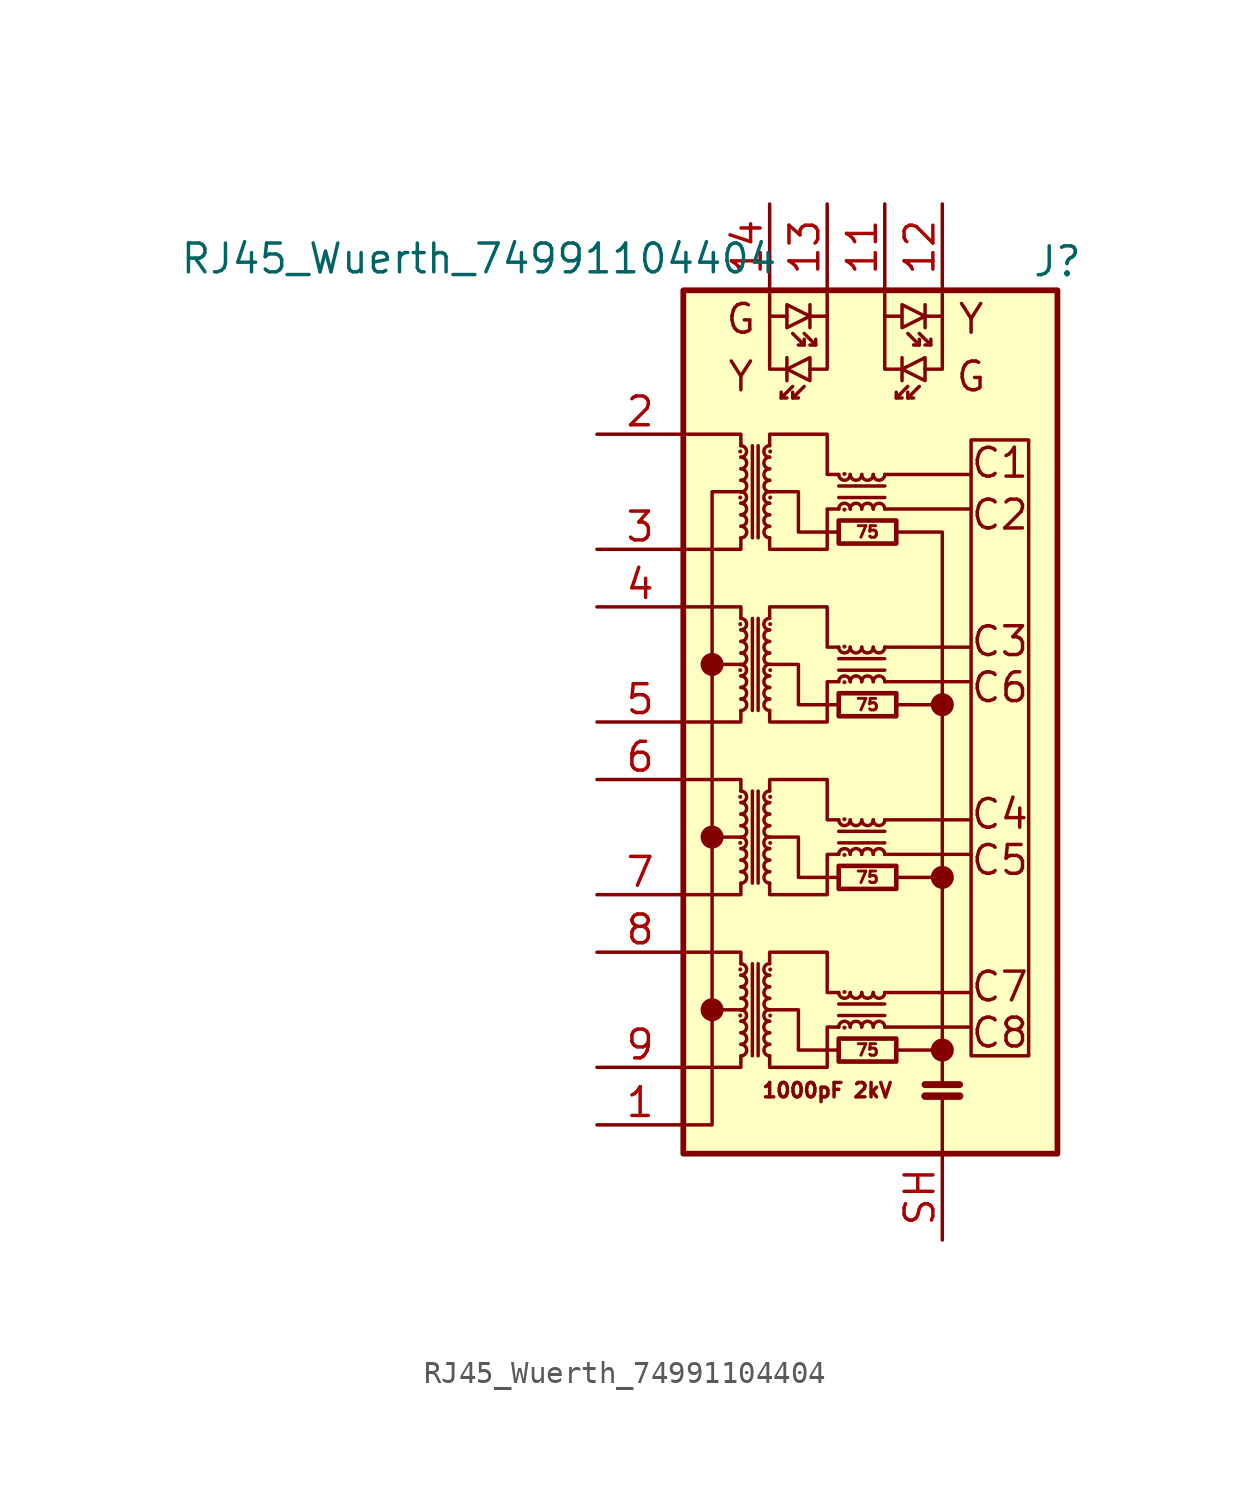
<source format=kicad_sym>
(kicad_symbol_lib
  (version 20231120)
  (generator "kicad_symbol_editor")
  (generator_version "8.0")
  (symbol "RJ45_Wuerth_74991104404"
    (pin_names hide)
    (property "Reference" "J"
      (at 8.89 19.05 0)
      (effects (font (size 1.27 1.27))))
    (property "Value" "RJ45_Wuerth_74991104404"
      (at -16.637 19.177 0)
      (effects (font (size 1.27 1.27))))
    (symbol "RJ45_Wuerth_74991104404_0_0"
      (circle (center -6.35 -13.97) (radius 0.0001) (stroke (width 0.508) (type default)) (fill (type none)))
      (circle (center -6.35 -6.35) (radius 0.0001) (stroke (width 0.508) (type default)) (fill (type none)))
      (circle (center -6.35 1.27) (radius 0.0001) (stroke (width 0.508) (type default)) (fill (type none)))
      (polyline (pts (xy -6.35 -13.97) (xy -5.08 -13.97)) (stroke (width 0) (type default)) (fill (type none)))
      (polyline (pts (xy -6.35 -6.35) (xy -5.08 -6.35)) (stroke (width 0) (type default)) (fill (type none)))
      (polyline (pts (xy -5.08 1.27) (xy -6.35 1.27)) (stroke (width 0) (type default)) (fill (type none)))
      (polyline (pts (xy 1.27 -14.732) (xy 5.08 -14.732)) (stroke (width 0) (type default)) (fill (type none)))
      (polyline (pts (xy 1.27 -13.208) (xy 5.08 -13.208)) (stroke (width 0) (type default)) (fill (type none)))
      (polyline (pts (xy 1.27 -7.112) (xy 5.08 -7.112)) (stroke (width 0) (type default)) (fill (type none)))
      (polyline (pts (xy 1.27 -5.588) (xy 5.08 -5.588)) (stroke (width 0) (type default)) (fill (type none)))
      (polyline (pts (xy 1.27 0.508) (xy 5.08 0.508)) (stroke (width 0) (type default)) (fill (type none)))
      (polyline (pts (xy 1.27 2.032) (xy 5.08 2.032)) (stroke (width 0) (type default)) (fill (type none)))
      (polyline (pts (xy 1.27 8.128) (xy 5.08 8.128)) (stroke (width 0) (type default)) (fill (type none)))
      (polyline (pts (xy 1.27 9.652) (xy 5.08 9.652)) (stroke (width 0) (type default)) (fill (type none)))
      (polyline (pts (xy 1.778 -15.748) (xy 3.81 -15.748)) (stroke (width 0) (type default)) (fill (type none)))
      (polyline (pts (xy -0.762 -15.748) (xy -2.54 -15.748) (xy -2.54 -13.97) (xy -3.81 -13.97)) (stroke (width 0) (type default)) (fill (type none)))
      (polyline (pts (xy -0.762 -8.128) (xy -2.54 -8.128) (xy -2.54 -6.35) (xy -3.81 -6.35)) (stroke (width 0) (type default)) (fill (type none)))
      (polyline (pts (xy -0.762 -0.508) (xy -2.54 -0.508) (xy -2.54 1.27) (xy -3.81 1.27)) (stroke (width 0) (type default)) (fill (type none)))
      (polyline (pts (xy -0.762 7.112) (xy -2.54 7.112) (xy -2.54 8.89) (xy -3.81 8.89)) (stroke (width 0) (type default)) (fill (type none)))
      (circle (center 3.81 -15.748) (radius 0.0001) (stroke (width 0.508) (type default)) (fill (type none)))
      (circle (center 3.81 -8.128) (radius 0.0001) (stroke (width 0.508) (type default)) (fill (type none)))
      (circle (center 3.81 -0.508) (radius 0.0001) (stroke (width 0.508) (type default)) (fill (type none)))
      (text "1000pF 2kV" (at -1.27 -17.526 0) (effects (font (size 0.635 0.635))))
      (text "C1" (at 6.35 10.16 0) (effects (font (size 1.27 1.27))))
      (text "C2" (at 6.35 7.874 0) (effects (font (size 1.27 1.27))))
      (text "C3" (at 6.35 2.286 0) (effects (font (size 1.27 1.27))))
      (text "C4" (at 6.35 -5.334 0) (effects (font (size 1.27 1.27))))
      (text "C5" (at 6.35 -7.366 0) (effects (font (size 1.27 1.27))))
      (text "C6" (at 6.35 0.254 0) (effects (font (size 1.27 1.27))))
      (text "C7" (at 6.35 -12.954 0) (effects (font (size 1.27 1.27))))
      (text "C8" (at 6.35 -14.986 0) (effects (font (size 1.27 1.27))))
      (text "G" (at -5.08 16.51 0) (effects (font (size 1.27 1.27))))
      (text "G" (at 5.08 13.97 0) (effects (font (size 1.27 1.27))))
      (text "Y" (at -5.08 13.97 0) (effects (font (size 1.27 1.27))))
      (text "Y" (at 5.08 16.51 0) (effects (font (size 1.27 1.27)))))
    (symbol "RJ45_Wuerth_74991104404_0_1"
      (rectangle (start -7.62 17.78) (end 8.89 -20.32) (stroke (width 0.254) (type default)) (fill (type background)))
      (circle (center -5.105 -14.224) (radius 0.076) (stroke (width 0.025) (type default)) (fill (type outline)))
      (circle (center -5.105 -12.192) (radius 0.076) (stroke (width 0.025) (type default)) (fill (type outline)))
      (circle (center -5.105 -6.604) (radius 0.076) (stroke (width 0.025) (type default)) (fill (type outline)))
      (circle (center -5.105 -4.572) (radius 0.076) (stroke (width 0.025) (type default)) (fill (type outline)))
      (circle (center -5.105 1.016) (radius 0.076) (stroke (width 0.025) (type default)) (fill (type outline)))
      (circle (center -5.105 3.048) (radius 0.076) (stroke (width 0.025) (type default)) (fill (type outline)))
      (circle (center -5.105 8.636) (radius 0.076) (stroke (width 0.025) (type default)) (fill (type outline)))
      (circle (center -5.105 10.668) (radius 0.076) (stroke (width 0.025) (type default)) (fill (type outline)))
      (arc (start -5.08 -16.002) (mid -4.827 -15.748) (end -5.08 -15.494) (stroke (width 0) (type default)) (fill (type none)))
      (arc (start -5.08 -15.494) (mid -4.8271 -15.24) (end -5.08 -14.986) (stroke (width 0) (type default)) (fill (type none)))
      (arc (start -5.08 -14.986) (mid -4.827 -14.732) (end -5.08 -14.478) (stroke (width 0) (type default)) (fill (type none)))
      (arc (start -5.08 -14.478) (mid -4.827 -14.224) (end -5.08 -13.97) (stroke (width 0) (type default)) (fill (type none)))
      (arc (start -5.08 -13.97) (mid -4.827 -13.716) (end -5.08 -13.462) (stroke (width 0) (type default)) (fill (type none)))
      (arc (start -5.08 -13.462) (mid -4.827 -13.208) (end -5.08 -12.954) (stroke (width 0) (type default)) (fill (type none)))
      (arc (start -5.08 -12.954) (mid -4.8271 -12.7) (end -5.08 -12.446) (stroke (width 0) (type default)) (fill (type none)))
      (arc (start -5.08 -12.446) (mid -4.827 -12.192) (end -5.08 -11.938) (stroke (width 0) (type default)) (fill (type none)))
      (arc (start -5.08 -8.382) (mid -4.827 -8.128) (end -5.08 -7.874) (stroke (width 0) (type default)) (fill (type none)))
      (arc (start -5.08 -7.874) (mid -4.8271 -7.62) (end -5.08 -7.366) (stroke (width 0) (type default)) (fill (type none)))
      (arc (start -5.08 -7.366) (mid -4.827 -7.112) (end -5.08 -6.858) (stroke (width 0) (type default)) (fill (type none)))
      (arc (start -5.08 -6.858) (mid -4.827 -6.604) (end -5.08 -6.35) (stroke (width 0) (type default)) (fill (type none)))
      (arc (start -5.08 -6.35) (mid -4.827 -6.096) (end -5.08 -5.842) (stroke (width 0) (type default)) (fill (type none)))
      (arc (start -5.08 -5.842) (mid -4.827 -5.588) (end -5.08 -5.334) (stroke (width 0) (type default)) (fill (type none)))
      (arc (start -5.08 -5.334) (mid -4.8271 -5.08) (end -5.08 -4.826) (stroke (width 0) (type default)) (fill (type none)))
      (arc (start -5.08 -4.826) (mid -4.827 -4.572) (end -5.08 -4.318) (stroke (width 0) (type default)) (fill (type none)))
      (arc (start -5.08 -0.762) (mid -4.827 -0.508) (end -5.08 -0.254) (stroke (width 0) (type default)) (fill (type none)))
      (arc (start -5.08 -0.254) (mid -4.8271 0) (end -5.08 0.254) (stroke (width 0) (type default)) (fill (type none)))
      (arc (start -5.08 0.254) (mid -4.827 0.508) (end -5.08 0.762) (stroke (width 0) (type default)) (fill (type none)))
      (arc (start -5.08 0.762) (mid -4.827 1.016) (end -5.08 1.27) (stroke (width 0) (type default)) (fill (type none)))
      (arc (start -5.08 1.27) (mid -4.827 1.524) (end -5.08 1.778) (stroke (width 0) (type default)) (fill (type none)))
      (arc (start -5.08 1.778) (mid -4.827 2.032) (end -5.08 2.286) (stroke (width 0) (type default)) (fill (type none)))
      (arc (start -5.08 2.286) (mid -4.8271 2.54) (end -5.08 2.794) (stroke (width 0) (type default)) (fill (type none)))
      (arc (start -5.08 2.794) (mid -4.827 3.048) (end -5.08 3.302) (stroke (width 0) (type default)) (fill (type none)))
      (arc (start -5.08 6.858) (mid -4.827 7.112) (end -5.08 7.366) (stroke (width 0) (type default)) (fill (type none)))
      (arc (start -5.08 7.366) (mid -4.8271 7.62) (end -5.08 7.874) (stroke (width 0) (type default)) (fill (type none)))
      (arc (start -5.08 7.874) (mid -4.827 8.128) (end -5.08 8.382) (stroke (width 0) (type default)) (fill (type none)))
      (arc (start -5.08 8.382) (mid -4.827 8.636) (end -5.08 8.89) (stroke (width 0) (type default)) (fill (type none)))
      (arc (start -5.08 8.89) (mid -4.827 9.144) (end -5.08 9.398) (stroke (width 0) (type default)) (fill (type none)))
      (arc (start -5.08 9.398) (mid -4.827 9.652) (end -5.08 9.906) (stroke (width 0) (type default)) (fill (type none)))
      (arc (start -5.08 9.906) (mid -4.8271 10.16) (end -5.08 10.414) (stroke (width 0) (type default)) (fill (type none)))
      (arc (start -5.08 10.414) (mid -4.827 10.668) (end -5.08 10.922) (stroke (width 0) (type default)) (fill (type none)))
      (arc (start -3.81 -15.494) (mid -4.063 -15.748) (end -3.81 -16.002) (stroke (width 0) (type default)) (fill (type none)))
      (arc (start -3.81 -14.986) (mid -4.0629 -15.24) (end -3.81 -15.494) (stroke (width 0) (type default)) (fill (type none)))
      (arc (start -3.81 -14.478) (mid -4.063 -14.732) (end -3.81 -14.986) (stroke (width 0) (type default)) (fill (type none)))
      (arc (start -3.81 -13.97) (mid -4.063 -14.224) (end -3.81 -14.478) (stroke (width 0) (type default)) (fill (type none)))
      (arc (start -3.81 -13.462) (mid -4.063 -13.716) (end -3.81 -13.97) (stroke (width 0) (type default)) (fill (type none)))
      (arc (start -3.81 -12.954) (mid -4.063 -13.208) (end -3.81 -13.462) (stroke (width 0) (type default)) (fill (type none)))
      (arc (start -3.81 -12.446) (mid -4.0629 -12.7) (end -3.81 -12.954) (stroke (width 0) (type default)) (fill (type none)))
      (arc (start -3.81 -11.938) (mid -4.063 -12.192) (end -3.81 -12.446) (stroke (width 0) (type default)) (fill (type none)))
      (arc (start -3.81 -7.874) (mid -4.063 -8.128) (end -3.81 -8.382) (stroke (width 0) (type default)) (fill (type none)))
      (arc (start -3.81 -7.366) (mid -4.0629 -7.62) (end -3.81 -7.874) (stroke (width 0) (type default)) (fill (type none)))
      (arc (start -3.81 -6.858) (mid -4.063 -7.112) (end -3.81 -7.366) (stroke (width 0) (type default)) (fill (type none)))
      (arc (start -3.81 -6.35) (mid -4.063 -6.604) (end -3.81 -6.858) (stroke (width 0) (type default)) (fill (type none)))
      (arc (start -3.81 -5.842) (mid -4.063 -6.096) (end -3.81 -6.35) (stroke (width 0) (type default)) (fill (type none)))
      (arc (start -3.81 -5.334) (mid -4.063 -5.588) (end -3.81 -5.842) (stroke (width 0) (type default)) (fill (type none)))
      (arc (start -3.81 -4.826) (mid -4.0629 -5.08) (end -3.81 -5.334) (stroke (width 0) (type default)) (fill (type none)))
      (arc (start -3.81 -4.318) (mid -4.063 -4.572) (end -3.81 -4.826) (stroke (width 0) (type default)) (fill (type none)))
      (arc (start -3.81 -0.254) (mid -4.063 -0.508) (end -3.81 -0.762) (stroke (width 0) (type default)) (fill (type none)))
      (arc (start -3.81 0.254) (mid -4.0629 0) (end -3.81 -0.254) (stroke (width 0) (type default)) (fill (type none)))
      (arc (start -3.81 0.762) (mid -4.063 0.508) (end -3.81 0.254) (stroke (width 0) (type default)) (fill (type none)))
      (arc (start -3.81 1.27) (mid -4.063 1.016) (end -3.81 0.762) (stroke (width 0) (type default)) (fill (type none)))
      (arc (start -3.81 1.778) (mid -4.063 1.524) (end -3.81 1.27) (stroke (width 0) (type default)) (fill (type none)))
      (arc (start -3.81 2.286) (mid -4.063 2.032) (end -3.81 1.778) (stroke (width 0) (type default)) (fill (type none)))
      (arc (start -3.81 2.794) (mid -4.0629 2.54) (end -3.81 2.286) (stroke (width 0) (type default)) (fill (type none)))
      (arc (start -3.81 3.302) (mid -4.063 3.048) (end -3.81 2.794) (stroke (width 0) (type default)) (fill (type none)))
      (arc (start -3.81 7.366) (mid -4.063 7.112) (end -3.81 6.858) (stroke (width 0) (type default)) (fill (type none)))
      (arc (start -3.81 7.874) (mid -4.0629 7.62) (end -3.81 7.366) (stroke (width 0) (type default)) (fill (type none)))
      (arc (start -3.81 8.382) (mid -4.063 8.128) (end -3.81 7.874) (stroke (width 0) (type default)) (fill (type none)))
      (arc (start -3.81 8.89) (mid -4.063 8.636) (end -3.81 8.382) (stroke (width 0) (type default)) (fill (type none)))
      (arc (start -3.81 9.398) (mid -4.063 9.144) (end -3.81 8.89) (stroke (width 0) (type default)) (fill (type none)))
      (arc (start -3.81 9.906) (mid -4.063 9.652) (end -3.81 9.398) (stroke (width 0) (type default)) (fill (type none)))
      (arc (start -3.81 10.414) (mid -4.0629 10.16) (end -3.81 9.906) (stroke (width 0) (type default)) (fill (type none)))
      (arc (start -3.81 10.922) (mid -4.063 10.668) (end -3.81 10.414) (stroke (width 0) (type default)) (fill (type none)))
      (circle (center -3.785 -14.224) (radius 0.076) (stroke (width 0.025) (type default)) (fill (type outline)))
      (circle (center -3.785 -12.192) (radius 0.076) (stroke (width 0.025) (type default)) (fill (type outline)))
      (circle (center -3.785 -6.604) (radius 0.076) (stroke (width 0.025) (type default)) (fill (type outline)))
      (circle (center -3.785 -4.572) (radius 0.076) (stroke (width 0.025) (type default)) (fill (type outline)))
      (circle (center -3.785 1.016) (radius 0.076) (stroke (width 0.025) (type default)) (fill (type outline)))
      (circle (center -3.785 3.048) (radius 0.076) (stroke (width 0.025) (type default)) (fill (type outline)))
      (circle (center -3.785 8.636) (radius 0.076) (stroke (width 0.025) (type default)) (fill (type outline)))
      (circle (center -3.785 10.668) (radius 0.076) (stroke (width 0.025) (type default)) (fill (type outline)))
      (rectangle (start -0.762 -15.24) (end 1.778 -16.256) (stroke (width 0.203) (type default)) (fill (type none)))
      (arc (start -0.762 -13.208) (mid -0.508 -13.4609) (end -0.254 -13.208) (stroke (width 0) (type default)) (fill (type none)))
      (rectangle (start -0.762 -7.62) (end 1.778 -8.636) (stroke (width 0.203) (type default)) (fill (type none)))
      (arc (start -0.762 -5.588) (mid -0.508 -5.8409) (end -0.254 -5.588) (stroke (width 0) (type default)) (fill (type none)))
      (rectangle (start -0.762 0) (end 1.778 -1.016) (stroke (width 0.203) (type default)) (fill (type none)))
      (arc (start -0.762 2.032) (mid -0.508 1.7791) (end -0.254 2.032) (stroke (width 0) (type default)) (fill (type none)))
      (rectangle (start -0.762 7.62) (end 1.778 6.604) (stroke (width 0.203) (type default)) (fill (type none)))
      (arc (start -0.762 9.652) (mid -0.508 9.3991) (end -0.254 9.652) (stroke (width 0) (type default)) (fill (type none)))
      (circle (center -0.508 -14.757) (radius 0.076) (stroke (width 0.025) (type default)) (fill (type outline)))
      (circle (center -0.508 -13.183) (radius 0.076) (stroke (width 0.025) (type default)) (fill (type outline)))
      (circle (center -0.508 -7.137) (radius 0.076) (stroke (width 0.025) (type default)) (fill (type outline)))
      (circle (center -0.508 -5.563) (radius 0.076) (stroke (width 0.025) (type default)) (fill (type outline)))
      (circle (center -0.508 0.483) (radius 0.076) (stroke (width 0.025) (type default)) (fill (type outline)))
      (circle (center -0.508 2.057) (radius 0.076) (stroke (width 0.025) (type default)) (fill (type outline)))
      (circle (center -0.508 8.103) (radius 0.076) (stroke (width 0.025) (type default)) (fill (type outline)))
      (circle (center -0.508 9.677) (radius 0.076) (stroke (width 0.025) (type default)) (fill (type outline)))
      (arc (start -0.254 -14.732) (mid -0.508 -14.4791) (end -0.762 -14.732) (stroke (width 0) (type default)) (fill (type none)))
      (arc (start -0.254 -13.208) (mid 0 -13.4609) (end 0.254 -13.208) (stroke (width 0) (type default)) (fill (type none)))
      (arc (start -0.254 -7.112) (mid -0.508 -6.8591) (end -0.762 -7.112) (stroke (width 0) (type default)) (fill (type none)))
      (arc (start -0.254 -5.588) (mid 0 -5.8409) (end 0.254 -5.588) (stroke (width 0) (type default)) (fill (type none)))
      (arc (start -0.254 0.508) (mid -0.508 0.7609) (end -0.762 0.508) (stroke (width 0) (type default)) (fill (type none)))
      (arc (start -0.254 2.032) (mid 0 1.7791) (end 0.254 2.032) (stroke (width 0) (type default)) (fill (type none)))
      (arc (start -0.254 8.128) (mid -0.508 8.3809) (end -0.762 8.128) (stroke (width 0) (type default)) (fill (type none)))
      (arc (start -0.254 9.652) (mid 0 9.3991) (end 0.254 9.652) (stroke (width 0) (type default)) (fill (type none)))
      (polyline (pts (xy -4.572 -16.002) (xy -4.572 -11.938)) (stroke (width 0) (type default)) (fill (type none)))
      (polyline (pts (xy -4.572 -8.382) (xy -4.572 -4.318)) (stroke (width 0) (type default)) (fill (type none)))
      (polyline (pts (xy -4.572 -0.762) (xy -4.572 3.302)) (stroke (width 0) (type default)) (fill (type none)))
      (polyline (pts (xy -4.572 6.858) (xy -4.572 10.922)) (stroke (width 0) (type default)) (fill (type none)))
      (polyline (pts (xy -4.318 -11.938) (xy -4.318 -16.002)) (stroke (width 0) (type default)) (fill (type none)))
      (polyline (pts (xy -4.318 -4.318) (xy -4.318 -8.382)) (stroke (width 0) (type default)) (fill (type none)))
      (polyline (pts (xy -4.318 3.302) (xy -4.318 -0.762)) (stroke (width 0) (type default)) (fill (type none)))
      (polyline (pts (xy -4.318 10.922) (xy -4.318 6.858)) (stroke (width 0) (type default)) (fill (type none)))
      (polyline (pts (xy -3.302 13.03) (xy -2.794 13.538)) (stroke (width 0) (type default)) (fill (type none)))
      (polyline (pts (xy -3.048 14.808) (xy -3.048 13.792)) (stroke (width 0) (type default)) (fill (type none)))
      (polyline (pts (xy -2.794 13.03) (xy -2.286 13.538)) (stroke (width 0) (type default)) (fill (type none)))
      (polyline (pts (xy -2.286 15.367) (xy -2.794 15.875)) (stroke (width 0) (type default)) (fill (type none)))
      (polyline (pts (xy -2.032 17.145) (xy -2.032 16.129)) (stroke (width 0) (type default)) (fill (type none)))
      (polyline (pts (xy -1.778 15.367) (xy -2.286 15.875)) (stroke (width 0) (type default)) (fill (type none)))
      (polyline (pts (xy -0.762 -13.716) (xy 1.27 -13.716)) (stroke (width 0) (type default)) (fill (type none)))
      (polyline (pts (xy -0.762 -6.096) (xy 1.27 -6.096)) (stroke (width 0) (type default)) (fill (type none)))
      (polyline (pts (xy -0.762 1.524) (xy 1.27 1.524)) (stroke (width 0) (type default)) (fill (type none)))
      (polyline (pts (xy -0.762 9.144) (xy 1.27 9.144)) (stroke (width 0) (type default)) (fill (type none)))
      (polyline (pts (xy 1.27 -14.224) (xy -0.762 -14.224)) (stroke (width 0) (type default)) (fill (type none)))
      (polyline (pts (xy 1.27 -6.604) (xy -0.762 -6.604)) (stroke (width 0) (type default)) (fill (type none)))
      (polyline (pts (xy 1.27 1.016) (xy -0.762 1.016)) (stroke (width 0) (type default)) (fill (type none)))
      (polyline (pts (xy 1.27 8.636) (xy -0.762 8.636)) (stroke (width 0) (type default)) (fill (type none)))
      (polyline (pts (xy 1.778 -8.128) (xy 3.81 -8.128)) (stroke (width 0) (type default)) (fill (type none)))
      (polyline (pts (xy 1.778 13.03) (xy 2.286 13.538)) (stroke (width 0) (type default)) (fill (type none)))
      (polyline (pts (xy 2.032 14.808) (xy 2.032 13.792)) (stroke (width 0) (type default)) (fill (type none)))
      (polyline (pts (xy 2.286 13.03) (xy 2.794 13.538)) (stroke (width 0) (type default)) (fill (type none)))
      (polyline (pts (xy 2.794 15.367) (xy 2.286 15.875)) (stroke (width 0) (type default)) (fill (type none)))
      (polyline (pts (xy 3.048 17.145) (xy 3.048 16.129)) (stroke (width 0) (type default)) (fill (type none)))
      (polyline (pts (xy 3.302 15.367) (xy 2.794 15.875)) (stroke (width 0) (type default)) (fill (type none)))
      (polyline (pts (xy 3.81 -20.32) (xy 3.81 -17.78)) (stroke (width 0) (type default)) (fill (type none)))
      (polyline (pts (xy 3.81 -0.508) (xy 1.778 -0.508)) (stroke (width 0) (type default)) (fill (type none)))
      (polyline (pts (xy 4.572 -17.78) (xy 3.048 -17.78)) (stroke (width 0.33) (type default)) (fill (type none)))
      (polyline (pts (xy 4.572 -17.272) (xy 3.048 -17.272)) (stroke (width 0.305) (type default)) (fill (type none)))
      (polyline (pts (xy -5.08 -16.002) (xy -5.08 -16.51) (xy -7.62 -16.51)) (stroke (width 0) (type default)) (fill (type none)))
      (polyline (pts (xy -5.08 -11.938) (xy -5.08 -11.43) (xy -7.62 -11.43)) (stroke (width 0) (type default)) (fill (type none)))
      (polyline (pts (xy -5.08 -8.382) (xy -5.08 -8.89) (xy -7.62 -8.89)) (stroke (width 0) (type default)) (fill (type none)))
      (polyline (pts (xy -5.08 -4.318) (xy -5.08 -3.81) (xy -7.62 -3.81)) (stroke (width 0) (type default)) (fill (type none)))
      (polyline (pts (xy -5.08 -0.762) (xy -5.08 -1.27) (xy -7.62 -1.27)) (stroke (width 0) (type default)) (fill (type none)))
      (polyline (pts (xy -5.08 3.302) (xy -5.08 3.81) (xy -7.62 3.81)) (stroke (width 0) (type default)) (fill (type none)))
      (polyline (pts (xy -5.08 6.858) (xy -5.08 6.35) (xy -7.62 6.35)) (stroke (width 0) (type default)) (fill (type none)))
      (polyline (pts (xy -5.08 10.922) (xy -5.08 11.43) (xy -7.62 11.43)) (stroke (width 0) (type default)) (fill (type none)))
      (polyline (pts (xy -3.81 16.662) (xy -3.81 14.3) (xy -3.048 14.3)) (stroke (width 0) (type default)) (fill (type none)))
      (polyline (pts (xy -3.81 17.78) (xy -3.81 16.637) (xy -3.048 16.637)) (stroke (width 0) (type default)) (fill (type none)))
      (polyline (pts (xy -3.302 13.284) (xy -3.302 13.03) (xy -3.048 13.03)) (stroke (width 0) (type default)) (fill (type none)))
      (polyline (pts (xy -2.794 13.284) (xy -2.794 13.03) (xy -2.54 13.03)) (stroke (width 0) (type default)) (fill (type none)))
      (polyline (pts (xy -2.286 15.621) (xy -2.286 15.367) (xy -2.54 15.367)) (stroke (width 0) (type default)) (fill (type none)))
      (polyline (pts (xy -1.778 15.621) (xy -1.778 15.367) (xy -2.032 15.367)) (stroke (width 0) (type default)) (fill (type none)))
      (polyline (pts (xy -1.27 16.662) (xy -1.27 14.3) (xy -2.032 14.3)) (stroke (width 0) (type default)) (fill (type none)))
      (polyline (pts (xy -1.27 17.78) (xy -1.27 16.637) (xy -2.032 16.637)) (stroke (width 0) (type default)) (fill (type none)))
      (polyline (pts (xy 1.27 16.662) (xy 1.27 14.3) (xy 2.032 14.3)) (stroke (width 0) (type default)) (fill (type none)))
      (polyline (pts (xy 1.27 17.78) (xy 1.27 16.637) (xy 2.032 16.637)) (stroke (width 0) (type default)) (fill (type none)))
      (polyline (pts (xy 1.778 13.284) (xy 1.778 13.03) (xy 2.032 13.03)) (stroke (width 0) (type default)) (fill (type none)))
      (polyline (pts (xy 2.286 13.284) (xy 2.286 13.03) (xy 2.54 13.03)) (stroke (width 0) (type default)) (fill (type none)))
      (polyline (pts (xy 2.794 15.621) (xy 2.794 15.367) (xy 2.54 15.367)) (stroke (width 0) (type default)) (fill (type none)))
      (polyline (pts (xy 3.302 15.621) (xy 3.302 15.367) (xy 3.048 15.367)) (stroke (width 0) (type default)) (fill (type none)))
      (polyline (pts (xy 3.81 -17.272) (xy 3.81 7.112) (xy 1.778 7.112)) (stroke (width 0) (type default)) (fill (type none)))
      (polyline (pts (xy 3.81 16.662) (xy 3.81 14.3) (xy 3.048 14.3)) (stroke (width 0) (type default)) (fill (type none)))
      (polyline (pts (xy 3.81 17.78) (xy 3.81 16.637) (xy 3.048 16.637)) (stroke (width 0) (type default)) (fill (type none)))
      (polyline (pts (xy -5.08 8.89) (xy -6.35 8.89) (xy -6.35 -19.05) (xy -7.62 -19.05)) (stroke (width 0) (type default)) (fill (type none)))
      (polyline (pts (xy -3.048 14.3) (xy -2.032 14.808) (xy -2.032 13.792) (xy -3.048 14.3)) (stroke (width 0) (type default)) (fill (type none)))
      (polyline (pts (xy -2.032 16.637) (xy -3.048 17.145) (xy -3.048 16.129) (xy -2.032 16.637)) (stroke (width 0) (type default)) (fill (type none)))
      (polyline (pts (xy 2.032 14.3) (xy 3.048 14.808) (xy 3.048 13.792) (xy 2.032 14.3)) (stroke (width 0) (type default)) (fill (type none)))
      (polyline (pts (xy 3.048 16.637) (xy 2.032 17.145) (xy 2.032 16.129) (xy 3.048 16.637)) (stroke (width 0) (type default)) (fill (type none)))
      (polyline (pts (xy -3.81 -16.002) (xy -3.81 -16.51) (xy -1.27 -16.51) (xy -1.27 -14.732) (xy -0.762 -14.732)) (stroke (width 0) (type default)) (fill (type none)))
      (polyline (pts (xy -3.81 -8.382) (xy -3.81 -8.89) (xy -1.27 -8.89) (xy -1.27 -7.112) (xy -0.762 -7.112)) (stroke (width 0) (type default)) (fill (type none)))
      (polyline (pts (xy -3.81 -0.762) (xy -3.81 -1.27) (xy -1.27 -1.27) (xy -1.27 0.508) (xy -0.762 0.508)) (stroke (width 0) (type default)) (fill (type none)))
      (polyline (pts (xy -3.81 6.858) (xy -3.81 6.35) (xy -1.27 6.35) (xy -1.27 8.128) (xy -0.762 8.128)) (stroke (width 0) (type default)) (fill (type none)))
      (polyline (pts (xy -0.762 -13.208) (xy -1.27 -13.208) (xy -1.27 -11.43) (xy -3.81 -11.43) (xy -3.81 -11.938)) (stroke (width 0) (type default)) (fill (type none)))
      (polyline (pts (xy -0.762 -5.588) (xy -1.27 -5.588) (xy -1.27 -3.81) (xy -3.81 -3.81) (xy -3.81 -4.318)) (stroke (width 0) (type default)) (fill (type none)))
      (polyline (pts (xy -0.762 2.032) (xy -1.27 2.032) (xy -1.27 3.81) (xy -3.81 3.81) (xy -3.81 3.302)) (stroke (width 0) (type default)) (fill (type none)))
      (polyline (pts (xy -0.762 9.652) (xy -1.27 9.652) (xy -1.27 11.43) (xy -3.81 11.43) (xy -3.81 10.922)) (stroke (width 0) (type default)) (fill (type none)))
      (arc (start 0.254 -14.732) (mid 0 -14.4791) (end -0.254 -14.732) (stroke (width 0) (type default)) (fill (type none)))
      (arc (start 0.254 -13.208) (mid 0.508 -13.4609) (end 0.762 -13.208) (stroke (width 0) (type default)) (fill (type none)))
      (arc (start 0.254 -7.112) (mid 0 -6.8591) (end -0.254 -7.112) (stroke (width 0) (type default)) (fill (type none)))
      (arc (start 0.254 -5.588) (mid 0.508 -5.8409) (end 0.762 -5.588) (stroke (width 0) (type default)) (fill (type none)))
      (arc (start 0.254 0.508) (mid 0 0.7609) (end -0.254 0.508) (stroke (width 0) (type default)) (fill (type none)))
      (arc (start 0.254 2.032) (mid 0.508 1.7791) (end 0.762 2.032) (stroke (width 0) (type default)) (fill (type none)))
      (arc (start 0.254 8.128) (mid 0 8.3809) (end -0.254 8.128) (stroke (width 0) (type default)) (fill (type none)))
      (arc (start 0.254 9.652) (mid 0.508 9.3991) (end 0.762 9.652) (stroke (width 0) (type default)) (fill (type none)))
      (arc (start 0.762 -14.732) (mid 0.508 -14.4791) (end 0.254 -14.732) (stroke (width 0) (type default)) (fill (type none)))
      (arc (start 0.762 -13.208) (mid 1.016 -13.4609) (end 1.27 -13.208) (stroke (width 0) (type default)) (fill (type none)))
      (arc (start 0.762 -7.112) (mid 0.508 -6.8591) (end 0.254 -7.112) (stroke (width 0) (type default)) (fill (type none)))
      (arc (start 0.762 -5.588) (mid 1.016 -5.8409) (end 1.27 -5.588) (stroke (width 0) (type default)) (fill (type none)))
      (arc (start 0.762 0.508) (mid 0.508 0.7609) (end 0.254 0.508) (stroke (width 0) (type default)) (fill (type none)))
      (arc (start 0.762 2.032) (mid 1.016 1.7791) (end 1.27 2.032) (stroke (width 0) (type default)) (fill (type none)))
      (arc (start 0.762 8.128) (mid 0.508 8.3809) (end 0.254 8.128) (stroke (width 0) (type default)) (fill (type none)))
      (arc (start 0.762 9.652) (mid 1.016 9.3991) (end 1.27 9.652) (stroke (width 0) (type default)) (fill (type none)))
      (arc (start 1.27 -14.732) (mid 1.016 -14.4791) (end 0.762 -14.732) (stroke (width 0) (type default)) (fill (type none)))
      (arc (start 1.27 -7.112) (mid 1.016 -6.8591) (end 0.762 -7.112) (stroke (width 0) (type default)) (fill (type none)))
      (arc (start 1.27 0.508) (mid 1.016 0.7609) (end 0.762 0.508) (stroke (width 0) (type default)) (fill (type none)))
      (arc (start 1.27 8.128) (mid 1.016 8.3809) (end 0.762 8.128) (stroke (width 0) (type default)) (fill (type none)))
      (rectangle (start 7.62 11.176) (end 5.08 -16.002) (stroke (width 0) (type default)) (fill (type none))))
    (symbol "RJ45_Wuerth_74991104404_1_0"
      (text "75" (at 0.508 -15.748 0) (effects (font (size 0.508 0.508))))
      (text "75" (at 0.508 -8.128 0) (effects (font (size 0.508 0.508))))
      (text "75" (at 0.508 -0.508 0) (effects (font (size 0.508 0.508))))
      (text "75" (at 0.508 7.112 0) (effects (font (size 0.508 0.508)))))
    (symbol "RJ45_Wuerth_74991104404_1_1"
      (pin passive line (at -11.43 -19.05 0) (length 3.81) (name "CT" (effects (font (size 1.27 1.27)))) (number "1" (effects (font (size 1.27 1.27)))))
      (pin passive line (at 1.27 21.59 270) (length 3.81) (name "~" (effects (font (size 1.27 1.27)))) (number "11" (effects (font (size 1.27 1.27)))))
      (pin passive line (at 3.81 21.59 270) (length 3.81) (name "~" (effects (font (size 1.27 1.27)))) (number "12" (effects (font (size 1.27 1.27)))))
      (pin passive line (at -1.27 21.59 270) (length 3.81) (name "~" (effects (font (size 1.27 1.27)))) (number "13" (effects (font (size 1.27 1.27)))))
      (pin passive line (at -3.81 21.59 270) (length 3.81) (name "~" (effects (font (size 1.27 1.27)))) (number "14" (effects (font (size 1.27 1.27)))))
      (pin passive line (at -11.43 11.43 0) (length 3.81) (name "TD1+" (effects (font (size 1.27 1.27)))) (number "2" (effects (font (size 1.27 1.27)))))
      (pin passive line (at -11.43 6.35 0) (length 3.81) (name "TD1-" (effects (font (size 1.27 1.27)))) (number "3" (effects (font (size 1.27 1.27)))))
      (pin passive line (at -11.43 3.81 0) (length 3.81) (name "TD2+" (effects (font (size 1.27 1.27)))) (number "4" (effects (font (size 1.27 1.27)))))
      (pin passive line (at -11.43 -1.27 0) (length 3.81) (name "TD2-" (effects (font (size 1.27 1.27)))) (number "5" (effects (font (size 1.27 1.27)))))
      (pin passive line (at -11.43 -3.81 0) (length 3.81) (name "TD3+" (effects (font (size 1.27 1.27)))) (number "6" (effects (font (size 1.27 1.27)))))
      (pin passive line (at -11.43 -8.89 0) (length 3.81) (name "TD3-" (effects (font (size 1.27 1.27)))) (number "7" (effects (font (size 1.27 1.27)))))
      (pin passive line (at -11.43 -11.43 0) (length 3.81) (name "TD4+" (effects (font (size 1.27 1.27)))) (number "8" (effects (font (size 1.27 1.27)))))
      (pin passive line (at -11.43 -16.51 0) (length 3.81) (name "TD4-" (effects (font (size 1.27 1.27)))) (number "9" (effects (font (size 1.27 1.27)))))
      (pin power_in line (at 3.81 -24.13 90) (length 3.81) (name "Shield" (effects (font (size 1.27 1.27)))) (number "SH" (effects (font (size 1.27 1.27))))))))
</source>
